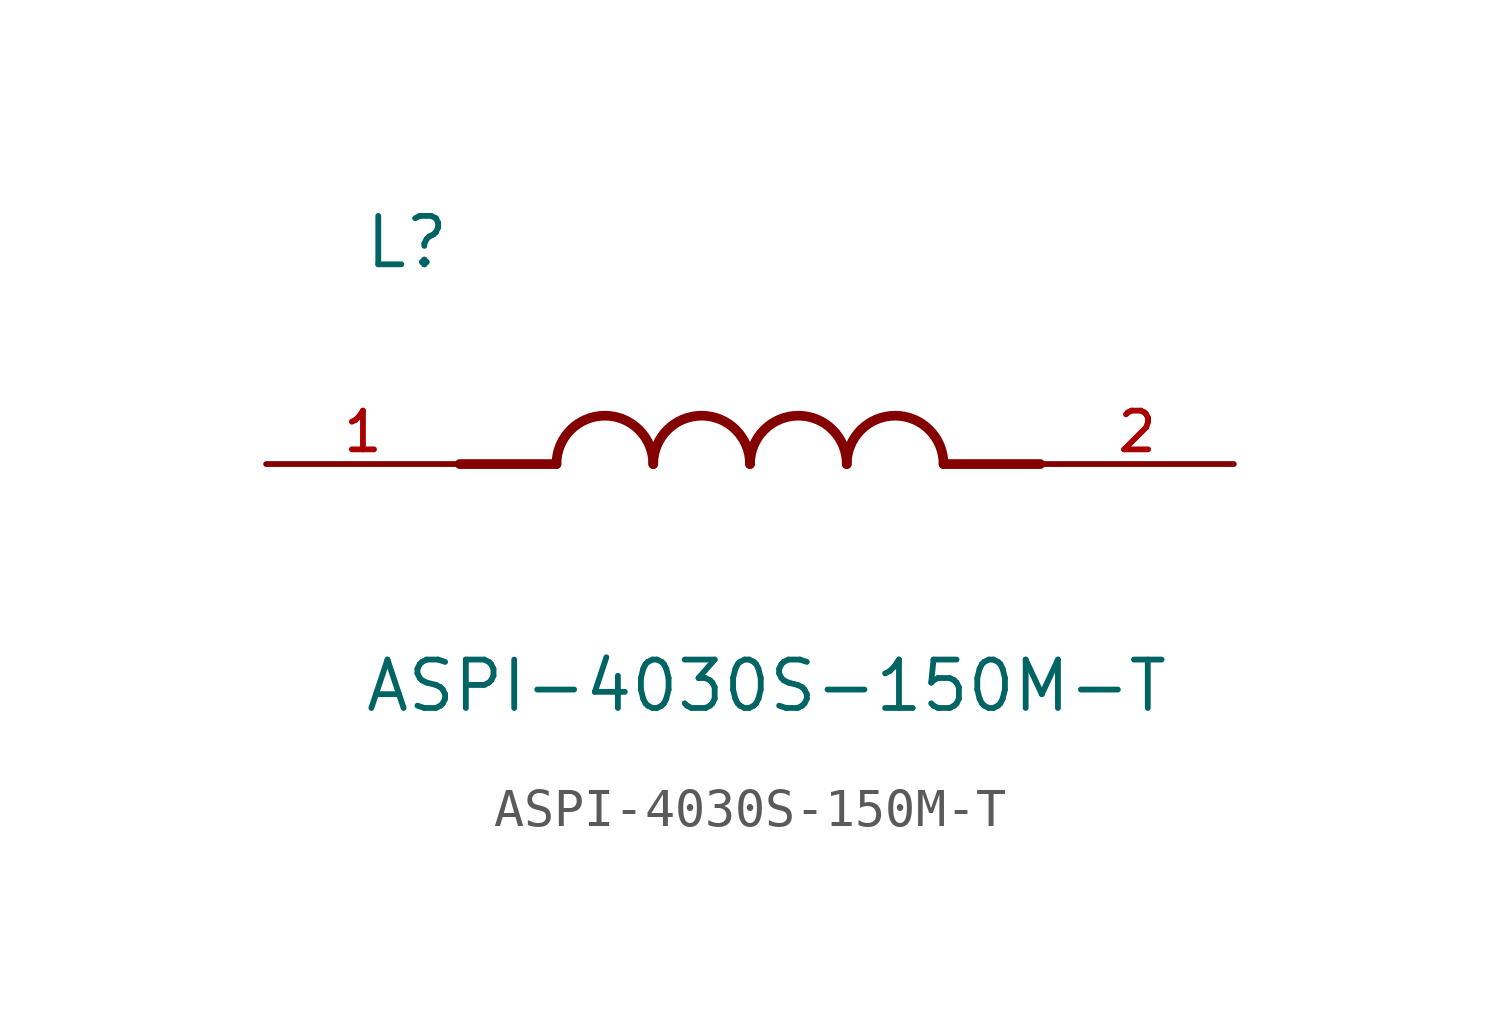
<source format=kicad_sym>
(kicad_symbol_lib
  (version 20211014)
  (generator kicad_symbol_editor)
  (symbol "ASPI-4030S-150M-T"
    (pin_names
      (offset 1.016))
    (property "Reference" "L"
      (at -10.16 5.08 0)
      (effects (font (size 1.27 1.27)) (justify bottom left)))
    (property "Value" "ASPI-4030S-150M-T"
      (at -10.16 -5.08 0)
      (effects (font (size 1.27 1.27)) (justify top left)))
    (symbol "ASPI-4030S-150M-T_0_0"
      (polyline (pts (xy -5.08 0.0) (xy -7.62 0.0)) (stroke (width 0.254)))
      (polyline (pts (xy 5.08 0.0) (xy 7.62 0.0)) (stroke (width 0.254)))
      (arc (start -2.54 0.0) (mid -3.81 1.27) (end -5.08 0.0) (stroke (width 0.254) (type default) (color 0 0 0 0)) (fill (type none)))
      (arc (start 0.0 0.0) (mid -1.27 1.27) (end -2.54 0.0) (stroke (width 0.254) (type default) (color 0 0 0 0)) (fill (type none)))
      (arc (start 2.54 0.0) (mid 1.27 1.27) (end 0.0 0.0) (stroke (width 0.254) (type default) (color 0 0 0 0)) (fill (type none)))
      (arc (start 5.08 0.0) (mid 3.81 1.27) (end 2.54 0.0) (stroke (width 0.254) (type default) (color 0 0 0 0)) (fill (type none)))
      (pin passive line (at -12.7 0.0 0) (length 5.08) (name "~" (effects (font (size 1.016 1.016)))) (number "1" (effects (font (size 1.016 1.016)))))
      (pin passive line (at 12.7 0.0 180.0) (length 5.08) (name "~" (effects (font (size 1.016 1.016)))) (number "2" (effects (font (size 1.016 1.016))))))))
</source>
